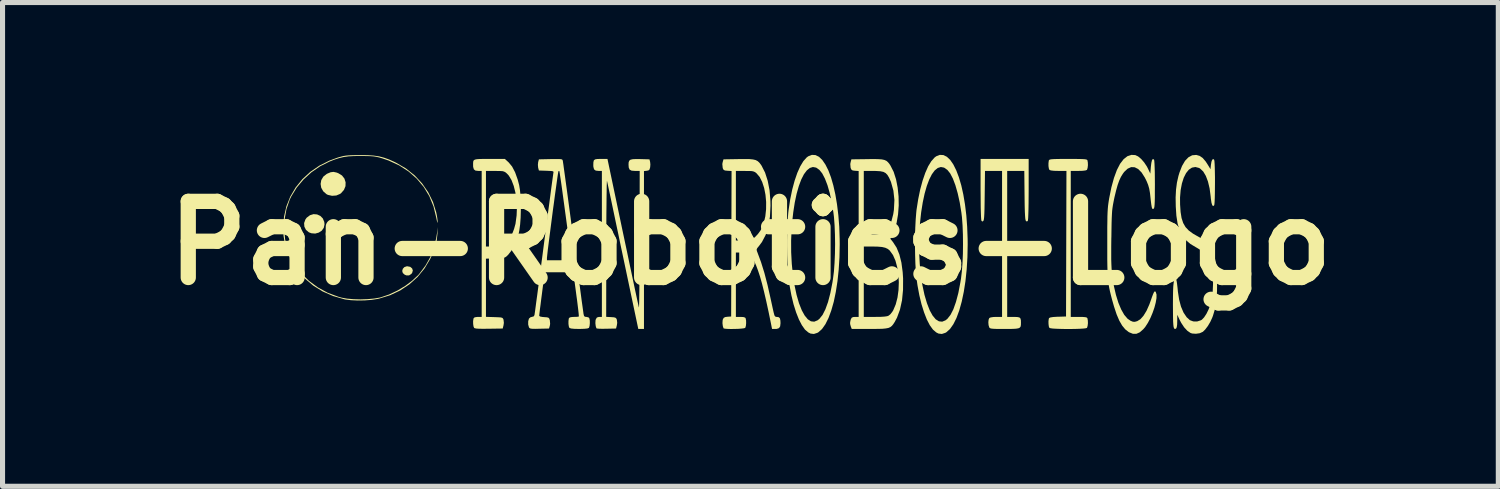
<source format=kicad_pcb>
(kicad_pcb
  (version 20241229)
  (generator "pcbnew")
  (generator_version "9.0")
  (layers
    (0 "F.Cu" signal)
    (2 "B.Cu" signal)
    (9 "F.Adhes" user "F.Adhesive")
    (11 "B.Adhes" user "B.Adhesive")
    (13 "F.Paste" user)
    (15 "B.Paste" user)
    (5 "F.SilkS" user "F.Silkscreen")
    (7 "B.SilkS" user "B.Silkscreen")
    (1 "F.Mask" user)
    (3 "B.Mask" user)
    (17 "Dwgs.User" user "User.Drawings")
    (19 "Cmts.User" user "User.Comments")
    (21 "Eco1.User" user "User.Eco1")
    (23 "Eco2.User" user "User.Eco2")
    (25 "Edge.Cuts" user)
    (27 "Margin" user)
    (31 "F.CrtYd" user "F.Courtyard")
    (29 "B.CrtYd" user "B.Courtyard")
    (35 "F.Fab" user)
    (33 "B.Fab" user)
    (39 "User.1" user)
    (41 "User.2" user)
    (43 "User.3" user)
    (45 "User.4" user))
  (footprint "Pan-Robotics-Logo"
    (layer "F.Cu")
    (at 11.729 1.737)
    (property "Reference" "Pan-Robotics-Logo" (at 0 0 0) (layer "F.SilkS") (effects (font (size 1.5 1.5) (thickness 0.3))))
    (attr board_only exclude_from_pos_files exclude_from_bom)
    (fp_poly (pts (xy -6.7 0.468) (xy -6.663 0.499) (xy -6.649 0.541) (xy -6.663 0.588) (xy -6.68 0.609) (xy -6.724 0.637) (xy -6.776 0.636) (xy -6.809 0.623) (xy -6.846 0.59) (xy -6.858 0.549) (xy -6.846 0.506) (xy -6.815 0.473) (xy -6.767 0.457) (xy -6.758 0.457)) (stroke (width 0) (type solid)) (fill yes) (layer "F.SilkS"))
    (fp_poly (pts (xy -8.534 -0.564) (xy -8.471 -0.535) (xy -8.422 -0.486) (xy -8.393 -0.417) (xy -8.388 -0.368) (xy -8.403 -0.3) (xy -8.443 -0.244) (xy -8.502 -0.206) (xy -8.572 -0.187) (xy -8.646 -0.193) (xy -8.696 -0.212) (xy -8.754 -0.261) (xy -8.785 -0.324) (xy -8.79 -0.394) (xy -8.765 -0.464) (xy -8.739 -0.5) (xy -8.674 -0.549) (xy -8.604 -0.57)) (stroke (width 0) (type solid)) (fill yes) (layer "F.SilkS"))
    (fp_poly (pts (xy -8.151 -1.389) (xy -8.117 -1.376) (xy -8.044 -1.331) (xy -7.996 -1.27) (xy -7.973 -1.197) (xy -7.975 -1.121) (xy -8.005 -1.048) (xy -8.061 -0.984) (xy -8.082 -0.968) (xy -8.156 -0.937) (xy -8.24 -0.931) (xy -8.321 -0.949) (xy -8.349 -0.963) (xy -8.414 -1.02) (xy -8.453 -1.09) (xy -8.465 -1.165) (xy -8.452 -1.24) (xy -8.412 -1.308) (xy -8.347 -1.36) (xy -8.334 -1.367) (xy -8.267 -1.395) (xy -8.211 -1.402)) (stroke (width 0) (type solid)) (fill yes) (layer "F.SilkS"))
    (fp_poly (pts (xy 6.379 -1.657) (xy 6.472 -1.656) (xy 6.539 -1.654) (xy 6.585 -1.651) (xy 6.614 -1.646) (xy 6.629 -1.639) (xy 6.636 -1.631) (xy 6.644 -1.588) (xy 6.646 -1.533) (xy 6.64 -1.482) (xy 6.629 -1.446) (xy 6.626 -1.441) (xy 6.597 -1.43) (xy 6.539 -1.423) (xy 6.457 -1.421) (xy 6.457 -1.421) (xy 6.308 -1.421) (xy 6.308 0.017) (xy 6.308 1.454) (xy 6.467 1.454) (xy 6.544 1.455) (xy 6.593 1.459) (xy 6.622 1.466) (xy 6.635 1.479) (xy 6.636 1.481) (xy 6.644 1.524) (xy 6.646 1.578) (xy 6.64 1.63) (xy 6.629 1.666) (xy 6.626 1.671) (xy 6.602 1.678) (xy 6.55 1.684) (xy 6.478 1.688) (xy 6.39 1.691) (xy 6.294 1.692) (xy 6.196 1.692) (xy 6.101 1.69) (xy 6.017 1.687) (xy 5.949 1.683) (xy 5.904 1.676) (xy 5.888 1.671) (xy 5.876 1.642) (xy 5.87 1.593) (xy 5.869 1.539) (xy 5.875 1.493) (xy 5.882 1.476) (xy 5.906 1.465) (xy 5.961 1.456) (xy 6.043 1.451) (xy 6.055 1.451) (xy 6.215 1.446) (xy 6.219 0.013) (xy 6.223 -1.421) (xy 6.066 -1.421) (xy 5.98 -1.423) (xy 5.919 -1.43) (xy 5.889 -1.44) (xy 5.888 -1.441) (xy 5.876 -1.47) (xy 5.869 -1.519) (xy 5.869 -1.574) (xy 5.875 -1.621) (xy 5.878 -1.631) (xy 5.885 -1.639) (xy 5.902 -1.646) (xy 5.931 -1.651) (xy 5.978 -1.654) (xy 6.047 -1.656) (xy 6.142 -1.657) (xy 6.257 -1.657)) (stroke (width 0) (type solid)) (fill yes) (layer "F.SilkS"))
    (fp_poly (pts (xy 5.479 -1.061) (xy 5.478 -0.912) (xy 5.477 -0.777) (xy 5.475 -0.66) (xy 5.472 -0.564) (xy 5.469 -0.493) (xy 5.465 -0.451) (xy 5.463 -0.44) (xy 5.445 -0.424) (xy 5.425 -0.436) (xy 5.418 -0.452) (xy 5.412 -0.485) (xy 5.408 -0.538) (xy 5.404 -0.614) (xy 5.401 -0.717) (xy 5.399 -0.849) (xy 5.398 -0.939) (xy 5.393 -1.421) (xy 5.224 -1.421) (xy 5.056 -1.421) (xy 5.056 0.017) (xy 5.056 1.454) (xy 5.181 1.454) (xy 5.252 1.456) (xy 5.295 1.464) (xy 5.317 1.484) (xy 5.326 1.521) (xy 5.327 1.567) (xy 5.326 1.61) (xy 5.321 1.642) (xy 5.306 1.664) (xy 5.278 1.678) (xy 5.232 1.686) (xy 5.163 1.69) (xy 5.068 1.691) (xy 5.006 1.691) (xy 4.9 1.691) (xy 4.824 1.69) (xy 4.772 1.687) (xy 4.738 1.683) (xy 4.718 1.676) (xy 4.706 1.666) (xy 4.702 1.658) (xy 4.689 1.615) (xy 4.685 1.56) (xy 4.69 1.509) (xy 4.704 1.476) (xy 4.705 1.475) (xy 4.732 1.464) (xy 4.785 1.456) (xy 4.84 1.454) (xy 4.955 1.454) (xy 4.955 0.017) (xy 4.955 -1.421) (xy 4.787 -1.421) (xy 4.619 -1.421) (xy 4.613 -0.939) (xy 4.611 -0.789) (xy 4.609 -0.67) (xy 4.606 -0.579) (xy 4.602 -0.512) (xy 4.597 -0.468) (xy 4.59 -0.443) (xy 4.586 -0.436) (xy 4.565 -0.424) (xy 4.549 -0.44) (xy 4.545 -0.463) (xy 4.541 -0.516) (xy 4.538 -0.596) (xy 4.535 -0.7) (xy 4.534 -0.824) (xy 4.533 -0.964) (xy 4.532 -1.061) (xy 4.532 -1.657) (xy 5.006 -1.657) (xy 5.479 -1.657)) (stroke (width 0) (type solid)) (fill yes) (layer "F.SilkS"))
    (fp_poly (pts (xy -5.139 -1.657) (xy -4.836 -1.657) (xy -4.761 -1.588) (xy -4.694 -1.507) (xy -4.635 -1.394) (xy -4.584 -1.251) (xy -4.555 -1.141) (xy -4.539 -1.044) (xy -4.528 -0.923) (xy -4.522 -0.785) (xy -4.522 -0.641) (xy -4.526 -0.498) (xy -4.536 -0.366) (xy -4.551 -0.254) (xy -4.562 -0.197) (xy -4.601 -0.07) (xy -4.652 0.048) (xy -4.709 0.151) (xy -4.77 0.229) (xy -4.779 0.238) (xy -4.806 0.264) (xy -4.83 0.28) (xy -4.859 0.291) (xy -4.9 0.296) (xy -4.962 0.3) (xy -5.023 0.302) (xy -5.209 0.307) (xy -5.209 0.88) (xy -5.209 1.453) (xy -5.044 1.458) (xy -4.968 1.461) (xy -4.92 1.464) (xy -4.891 1.471) (xy -4.875 1.483) (xy -4.866 1.501) (xy -4.863 1.509) (xy -4.856 1.571) (xy -4.863 1.619) (xy -4.879 1.683) (xy -5.15 1.687) (xy -5.263 1.688) (xy -5.346 1.687) (xy -5.402 1.683) (xy -5.433 1.676) (xy -5.441 1.671) (xy -5.454 1.642) (xy -5.461 1.592) (xy -5.462 1.537) (xy -5.455 1.49) (xy -5.452 1.481) (xy -5.431 1.462) (xy -5.383 1.455) (xy -5.367 1.454) (xy -5.293 1.454) (xy -5.293 0.017) (xy -5.293 -1.421) (xy -5.209 -1.421) (xy -5.209 -0.676) (xy -5.209 0.068) (xy -5.05 0.068) (xy -4.972 0.067) (xy -4.918 0.062) (xy -4.879 0.053) (xy -4.847 0.037) (xy -4.835 0.029) (xy -4.787 -0.017) (xy -4.739 -0.089) (xy -4.693 -0.179) (xy -4.655 -0.279) (xy -4.627 -0.38) (xy -4.625 -0.395) (xy -4.605 -0.545) (xy -4.599 -0.699) (xy -4.608 -0.851) (xy -4.629 -0.995) (xy -4.662 -1.126) (xy -4.705 -1.239) (xy -4.759 -1.329) (xy -4.797 -1.37) (xy -4.824 -1.393) (xy -4.85 -1.407) (xy -4.881 -1.416) (xy -4.926 -1.419) (xy -4.994 -1.42) (xy -5.032 -1.421) (xy -5.209 -1.421) (xy -5.293 -1.421) (xy -5.357 -1.421) (xy -5.415 -1.427) (xy -5.447 -1.452) (xy -5.461 -1.5) (xy -5.462 -1.532) (xy -5.462 -1.576) (xy -5.459 -1.608) (xy -5.449 -1.63) (xy -5.426 -1.644) (xy -5.387 -1.652) (xy -5.328 -1.656) (xy -5.243 -1.657)) (stroke (width 0) (type solid)) (fill yes) (layer "F.SilkS"))
    (fp_poly (pts (xy 1.281 -1.733) (xy 1.35 -1.699) (xy 1.415 -1.636) (xy 1.476 -1.547) (xy 1.534 -1.432) (xy 1.586 -1.295) (xy 1.632 -1.136) (xy 1.672 -0.957) (xy 1.705 -0.761) (xy 1.731 -0.548) (xy 1.749 -0.321) (xy 1.757 -0.081) (xy 1.758 0.025) (xy 1.753 0.279) (xy 1.738 0.522) (xy 1.714 0.75) (xy 1.681 0.962) (xy 1.641 1.155) (xy 1.592 1.327) (xy 1.537 1.476) (xy 1.476 1.598) (xy 1.409 1.693) (xy 1.337 1.757) (xy 1.317 1.768) (xy 1.249 1.79) (xy 1.183 1.782) (xy 1.138 1.759) (xy 1.074 1.704) (xy 1.013 1.618) (xy 0.954 1.504) (xy 0.899 1.365) (xy 0.849 1.206) (xy 0.806 1.028) (xy 0.77 0.835) (xy 0.75 0.686) (xy 0.737 0.556) (xy 0.728 0.402) (xy 0.723 0.231) (xy 0.721 0.051) (xy 0.721 -0.05) (xy 0.801 -0.05) (xy 0.802 0.182) (xy 0.814 0.409) (xy 0.836 0.627) (xy 0.868 0.832) (xy 0.908 1.019) (xy 0.956 1.185) (xy 1.012 1.326) (xy 1.068 1.427) (xy 1.129 1.501) (xy 1.192 1.541) (xy 1.256 1.548) (xy 1.322 1.521) (xy 1.358 1.492) (xy 1.42 1.415) (xy 1.476 1.304) (xy 1.528 1.16) (xy 1.574 0.983) (xy 1.615 0.774) (xy 1.626 0.702) (xy 1.644 0.559) (xy 1.656 0.392) (xy 1.664 0.209) (xy 1.667 0.019) (xy 1.664 -0.17) (xy 1.657 -0.349) (xy 1.645 -0.51) (xy 1.634 -0.6) (xy 1.601 -0.802) (xy 1.562 -0.982) (xy 1.517 -1.139) (xy 1.467 -1.269) (xy 1.414 -1.371) (xy 1.358 -1.441) (xy 1.294 -1.486) (xy 1.23 -1.498) (xy 1.169 -1.479) (xy 1.11 -1.431) (xy 1.053 -1.355) (xy 1.001 -1.253) (xy 0.953 -1.125) (xy 0.91 -0.974) (xy 0.873 -0.801) (xy 0.843 -0.607) (xy 0.819 -0.394) (xy 0.811 -0.283) (xy 0.801 -0.05) (xy 0.721 -0.05) (xy 0.722 -0.129) (xy 0.726 -0.303) (xy 0.734 -0.462) (xy 0.745 -0.599) (xy 0.751 -0.65) (xy 0.783 -0.861) (xy 0.823 -1.055) (xy 0.87 -1.229) (xy 0.923 -1.383) (xy 0.981 -1.512) (xy 1.042 -1.613) (xy 1.106 -1.685) (xy 1.138 -1.709) (xy 1.211 -1.737)) (stroke (width 0) (type solid)) (fill yes) (layer "F.SilkS"))
    (fp_poly (pts (xy 3.801 -1.733) (xy 3.869 -1.699) (xy 3.935 -1.636) (xy 3.996 -1.547) (xy 4.053 -1.432) (xy 4.105 -1.295) (xy 4.152 -1.136) (xy 4.192 -0.957) (xy 4.225 -0.761) (xy 4.251 -0.548) (xy 4.268 -0.321) (xy 4.277 -0.081) (xy 4.278 0.025) (xy 4.273 0.279) (xy 4.258 0.522) (xy 4.234 0.75) (xy 4.201 0.962) (xy 4.16 1.155) (xy 4.112 1.327) (xy 4.057 1.476) (xy 3.996 1.598) (xy 3.929 1.693) (xy 3.857 1.757) (xy 3.837 1.768) (xy 3.769 1.79) (xy 3.703 1.782) (xy 3.658 1.759) (xy 3.594 1.704) (xy 3.532 1.618) (xy 3.473 1.504) (xy 3.419 1.365) (xy 3.369 1.206) (xy 3.326 1.028) (xy 3.29 0.835) (xy 3.269 0.686) (xy 3.257 0.556) (xy 3.248 0.402) (xy 3.243 0.231) (xy 3.24 0.051) (xy 3.241 -0.05) (xy 3.321 -0.05) (xy 3.322 0.182) (xy 3.334 0.409) (xy 3.356 0.627) (xy 3.387 0.832) (xy 3.427 1.019) (xy 3.476 1.185) (xy 3.531 1.326) (xy 3.587 1.427) (xy 3.648 1.501) (xy 3.712 1.541) (xy 3.776 1.548) (xy 3.842 1.521) (xy 3.878 1.492) (xy 3.939 1.415) (xy 3.996 1.304) (xy 4.047 1.16) (xy 4.094 0.983) (xy 4.134 0.774) (xy 4.146 0.702) (xy 4.163 0.559) (xy 4.176 0.392) (xy 4.184 0.209) (xy 4.186 0.019) (xy 4.184 -0.17) (xy 4.177 -0.349) (xy 4.165 -0.51) (xy 4.154 -0.6) (xy 4.121 -0.802) (xy 4.081 -0.982) (xy 4.036 -1.139) (xy 3.987 -1.269) (xy 3.934 -1.371) (xy 3.878 -1.441) (xy 3.813 -1.486) (xy 3.75 -1.498) (xy 3.689 -1.479) (xy 3.629 -1.431) (xy 3.573 -1.355) (xy 3.521 -1.253) (xy 3.473 -1.125) (xy 3.43 -0.974) (xy 3.393 -0.801) (xy 3.362 -0.607) (xy 3.339 -0.394) (xy 3.33 -0.283) (xy 3.321 -0.05) (xy 3.241 -0.05) (xy 3.241 -0.129) (xy 3.246 -0.303) (xy 3.254 -0.462) (xy 3.265 -0.599) (xy 3.27 -0.65) (xy 3.303 -0.861) (xy 3.343 -1.055) (xy 3.39 -1.229) (xy 3.443 -1.383) (xy 3.5 -1.512) (xy 3.562 -1.613) (xy 3.626 -1.685) (xy 3.658 -1.709) (xy 3.73 -1.737)) (stroke (width 0) (type solid)) (fill yes) (layer "F.SilkS"))
    (fp_poly (pts (xy -2.816 -1.657) (xy -2.513 -0.216) (xy -2.467 0.001) (xy -2.423 0.208) (xy -2.382 0.405) (xy -2.343 0.587) (xy -2.308 0.753) (xy -2.277 0.9) (xy -2.25 1.026) (xy -2.228 1.129) (xy -2.211 1.205) (xy -2.201 1.252) (xy -2.197 1.268) (xy -2.195 1.258) (xy -2.193 1.217) (xy -2.191 1.147) (xy -2.19 1.05) (xy -2.188 0.929) (xy -2.187 0.786) (xy -2.185 0.624) (xy -2.184 0.445) (xy -2.184 0.252) (xy -2.183 0.047) (xy -2.183 -0.055) (xy -2.181 -1.421) (xy -2.274 -1.421) (xy -2.34 -1.426) (xy -2.379 -1.446) (xy -2.397 -1.487) (xy -2.401 -1.543) (xy -2.399 -1.59) (xy -2.387 -1.622) (xy -2.362 -1.642) (xy -2.317 -1.652) (xy -2.248 -1.655) (xy -2.174 -1.654) (xy -1.989 -1.649) (xy -1.976 -1.6) (xy -1.971 -1.549) (xy -1.975 -1.492) (xy -1.976 -1.49) (xy -1.988 -1.448) (xy -2.01 -1.43) (xy -2.043 -1.424) (xy -2.097 -1.418) (xy -2.097 0.136) (xy -2.097 1.691) (xy -2.153 1.691) (xy -2.209 1.691) (xy -2.511 0.258) (xy -2.557 0.042) (xy -2.6 -0.165) (xy -2.642 -0.362) (xy -2.68 -0.544) (xy -2.715 -0.71) (xy -2.746 -0.858) (xy -2.773 -0.984) (xy -2.795 -1.086) (xy -2.811 -1.163) (xy -2.822 -1.21) (xy -2.825 -1.226) (xy -2.827 -1.218) (xy -2.829 -1.178) (xy -2.831 -1.109) (xy -2.832 -1.013) (xy -2.834 -0.893) (xy -2.835 -0.751) (xy -2.837 -0.59) (xy -2.838 -0.412) (xy -2.839 -0.219) (xy -2.839 -0.014) (xy -2.839 0.088) (xy -2.841 1.453) (xy -2.744 1.458) (xy -2.688 1.462) (xy -2.657 1.471) (xy -2.64 1.488) (xy -2.631 1.509) (xy -2.624 1.571) (xy -2.631 1.619) (xy -2.647 1.683) (xy -2.835 1.687) (xy -2.912 1.688) (xy -2.975 1.687) (xy -3.018 1.683) (xy -3.033 1.679) (xy -3.047 1.636) (xy -3.054 1.577) (xy -3.051 1.522) (xy -3.045 1.501) (xy -3.024 1.466) (xy -2.987 1.455) (xy -2.977 1.454) (xy -2.926 1.454) (xy -2.926 0.017) (xy -2.926 -1.421) (xy -2.99 -1.421) (xy -3.047 -1.427) (xy -3.08 -1.452) (xy -3.093 -1.5) (xy -3.095 -1.532) (xy -3.093 -1.592) (xy -3.084 -1.629) (xy -3.06 -1.648) (xy -3.016 -1.656) (xy -2.945 -1.657)) (stroke (width 0) (type solid)) (fill yes) (layer "F.SilkS"))
    (fp_poly (pts (xy 2.514 -1.653) (xy 2.586 -1.648) (xy 2.638 -1.637) (xy 2.678 -1.619) (xy 2.709 -1.592) (xy 2.738 -1.556) (xy 2.758 -1.525) (xy 2.82 -1.403) (xy 2.867 -1.256) (xy 2.899 -1.092) (xy 2.917 -0.918) (xy 2.92 -0.741) (xy 2.907 -0.566) (xy 2.879 -0.401) (xy 2.835 -0.252) (xy 2.799 -0.17) (xy 2.755 -0.084) (xy 2.806 -0.021) (xy 2.878 0.09) (xy 2.933 0.225) (xy 2.973 0.385) (xy 2.998 0.573) (xy 3.006 0.698) (xy 3.005 0.921) (xy 2.985 1.126) (xy 2.945 1.309) (xy 2.886 1.469) (xy 2.84 1.555) (xy 2.812 1.598) (xy 2.786 1.63) (xy 2.756 1.654) (xy 2.718 1.671) (xy 2.666 1.681) (xy 2.597 1.688) (xy 2.504 1.69) (xy 2.384 1.691) (xy 2.343 1.691) (xy 1.995 1.691) (xy 1.978 1.648) (xy 1.965 1.603) (xy 1.962 1.573) (xy 1.968 1.533) (xy 1.978 1.498) (xy 1.995 1.469) (xy 2.023 1.457) (xy 2.063 1.454) (xy 2.131 1.454) (xy 2.131 0.068) (xy 2.232 0.068) (xy 2.232 0.761) (xy 2.232 1.454) (xy 2.453 1.454) (xy 2.561 1.453) (xy 2.64 1.448) (xy 2.693 1.44) (xy 2.72 1.43) (xy 2.755 1.402) (xy 2.792 1.355) (xy 2.811 1.325) (xy 2.861 1.207) (xy 2.896 1.072) (xy 2.916 0.925) (xy 2.922 0.774) (xy 2.914 0.623) (xy 2.891 0.479) (xy 2.856 0.348) (xy 2.807 0.236) (xy 2.745 0.15) (xy 2.744 0.148) (xy 2.704 0.115) (xy 2.655 0.092) (xy 2.59 0.077) (xy 2.504 0.07) (xy 2.406 0.068) (xy 2.232 0.068) (xy 2.131 0.068) (xy 2.131 0.018) (xy 2.131 -1.419) (xy 2.104 -1.421) (xy 2.232 -1.421) (xy 2.232 -0.795) (xy 2.232 -0.169) (xy 2.385 -0.169) (xy 2.471 -0.172) (xy 2.543 -0.18) (xy 2.592 -0.192) (xy 2.593 -0.192) (xy 2.666 -0.241) (xy 2.728 -0.321) (xy 2.776 -0.43) (xy 2.812 -0.569) (xy 2.825 -0.654) (xy 2.835 -0.849) (xy 2.815 -1.033) (xy 2.767 -1.205) (xy 2.73 -1.288) (xy 2.698 -1.341) (xy 2.663 -1.378) (xy 2.618 -1.402) (xy 2.555 -1.415) (xy 2.468 -1.42) (xy 2.411 -1.421) (xy 2.232 -1.421) (xy 2.104 -1.421) (xy 2.059 -1.424) (xy 2.013 -1.43) (xy 1.989 -1.445) (xy 1.974 -1.477) (xy 1.972 -1.484) (xy 1.966 -1.557) (xy 1.973 -1.594) (xy 1.988 -1.649) (xy 2.296 -1.653) (xy 2.42 -1.655)) (stroke (width 0) (type solid)) (fill yes) (layer "F.SilkS"))
    (fp_poly (pts (xy -7.54 -1.731) (xy -7.42 -1.723) (xy -7.315 -1.708) (xy -7.217 -1.682) (xy -7.116 -1.646) (xy -7.005 -1.596) (xy -6.976 -1.581) (xy -6.784 -1.469) (xy -6.613 -1.333) (xy -6.467 -1.176) (xy -6.346 -1.001) (xy -6.252 -0.81) (xy -6.189 -0.607) (xy -6.178 -0.556) (xy -6.167 -0.49) (xy -6.161 -0.437) (xy -6.16 -0.405) (xy -6.16 -0.401) (xy -6.166 -0.406) (xy -6.175 -0.438) (xy -6.186 -0.491) (xy -6.189 -0.506) (xy -6.242 -0.722) (xy -6.324 -0.922) (xy -6.434 -1.104) (xy -6.571 -1.267) (xy -6.732 -1.409) (xy -6.917 -1.529) (xy -7.125 -1.625) (xy -7.25 -1.668) (xy -7.311 -1.686) (xy -7.365 -1.698) (xy -7.42 -1.707) (xy -7.485 -1.712) (xy -7.567 -1.714) (xy -7.669 -1.715) (xy -7.803 -1.714) (xy -7.913 -1.708) (xy -8.008 -1.695) (xy -8.098 -1.674) (xy -8.192 -1.644) (xy -8.29 -1.605) (xy -8.475 -1.512) (xy -8.647 -1.393) (xy -8.802 -1.251) (xy -8.935 -1.093) (xy -9.041 -0.921) (xy -9.074 -0.853) (xy -9.137 -0.671) (xy -9.173 -0.475) (xy -9.182 -0.273) (xy -9.164 -0.072) (xy -9.119 0.121) (xy -9.072 0.245) (xy -8.973 0.429) (xy -8.845 0.596) (xy -8.693 0.745) (xy -8.519 0.873) (xy -8.326 0.978) (xy -8.118 1.056) (xy -8.05 1.075) (xy -7.945 1.094) (xy -7.818 1.105) (xy -7.679 1.109) (xy -7.539 1.104) (xy -7.409 1.092) (xy -7.298 1.073) (xy -7.28 1.068) (xy -7.118 1.013) (xy -6.956 0.937) (xy -6.8 0.844) (xy -6.66 0.739) (xy -6.543 0.629) (xy -6.517 0.599) (xy -6.398 0.44) (xy -6.306 0.277) (xy -6.238 0.103) (xy -6.19 -0.09) (xy -6.173 -0.194) (xy -6.157 -0.313) (xy -6.164 -0.186) (xy -6.177 -0.061) (xy -6.203 0.055) (xy -6.244 0.174) (xy -6.304 0.307) (xy -6.307 0.313) (xy -6.419 0.501) (xy -6.557 0.669) (xy -6.717 0.813) (xy -6.899 0.934) (xy -7.098 1.028) (xy -7.314 1.094) (xy -7.348 1.101) (xy -7.465 1.119) (xy -7.598 1.129) (xy -7.736 1.131) (xy -7.866 1.125) (xy -7.978 1.111) (xy -7.997 1.107) (xy -8.219 1.043) (xy -8.424 0.953) (xy -8.611 0.837) (xy -8.776 0.698) (xy -8.918 0.538) (xy -9.034 0.358) (xy -9.057 0.313) (xy -9.126 0.157) (xy -9.17 0.009) (xy -9.195 -0.142) (xy -9.202 -0.304) (xy -9.186 -0.519) (xy -9.139 -0.724) (xy -9.062 -0.917) (xy -8.957 -1.096) (xy -8.825 -1.258) (xy -8.669 -1.402) (xy -8.49 -1.525) (xy -8.29 -1.625) (xy -8.125 -1.685) (xy -8.065 -1.702) (xy -8.014 -1.715) (xy -7.962 -1.723) (xy -7.902 -1.728) (xy -7.827 -1.731) (xy -7.728 -1.732) (xy -7.686 -1.732)) (stroke (width 0) (type solid)) (fill yes) (layer "F.SilkS"))
    (fp_poly (pts (xy -0.02 -1.654) (xy 0.05 -1.647) (xy 0.102 -1.635) (xy 0.142 -1.614) (xy 0.174 -1.585) (xy 0.205 -1.545) (xy 0.219 -1.524) (xy 0.288 -1.388) (xy 0.34 -1.226) (xy 0.376 -1.041) (xy 0.393 -0.835) (xy 0.395 -0.736) (xy 0.384 -0.52) (xy 0.352 -0.328) (xy 0.3 -0.161) (xy 0.226 -0.02) (xy 0.166 0.06) (xy 0.134 0.099) (xy 0.122 0.126) (xy 0.126 0.155) (xy 0.134 0.175) (xy 0.208 0.374) (xy 0.275 0.589) (xy 0.337 0.828) (xy 0.362 0.939) (xy 0.387 1.049) (xy 0.41 1.154) (xy 0.43 1.246) (xy 0.446 1.319) (xy 0.457 1.367) (xy 0.459 1.374) (xy 0.472 1.423) (xy 0.487 1.446) (xy 0.511 1.454) (xy 0.524 1.454) (xy 0.56 1.461) (xy 0.581 1.484) (xy 0.59 1.529) (xy 0.592 1.579) (xy 0.585 1.64) (xy 0.562 1.675) (xy 0.518 1.69) (xy 0.488 1.691) (xy 0.425 1.691) (xy 0.406 1.594) (xy 0.356 1.351) (xy 0.31 1.139) (xy 0.267 0.955) (xy 0.227 0.796) (xy 0.188 0.659) (xy 0.149 0.541) (xy 0.111 0.439) (xy 0.071 0.351) (xy 0.04 0.292) (xy -0.019 0.186) (xy -0.153 0.186) (xy -0.287 0.186) (xy -0.287 0.82) (xy -0.287 1.454) (xy -0.196 1.454) (xy -0.137 1.457) (xy -0.105 1.468) (xy -0.095 1.481) (xy -0.086 1.524) (xy -0.085 1.578) (xy -0.09 1.63) (xy -0.101 1.666) (xy -0.105 1.671) (xy -0.128 1.678) (xy -0.176 1.684) (xy -0.241 1.689) (xy -0.314 1.691) (xy -0.388 1.692) (xy -0.454 1.69) (xy -0.503 1.686) (xy -0.529 1.68) (xy -0.53 1.678) (xy -0.544 1.636) (xy -0.551 1.578) (xy -0.548 1.523) (xy -0.543 1.502) (xy -0.526 1.472) (xy -0.497 1.457) (xy -0.453 1.451) (xy -0.38 1.446) (xy -0.376 0.014) (xy -0.372 -1.419) (xy -0.401 -1.421) (xy -0.287 -1.421) (xy -0.287 -0.736) (xy -0.287 -0.051) (xy -0.151 -0.051) (xy -0.062 -0.055) (xy 0.005 -0.065) (xy 0.032 -0.075) (xy 0.087 -0.115) (xy 0.146 -0.177) (xy 0.198 -0.248) (xy 0.218 -0.285) (xy 0.263 -0.398) (xy 0.293 -0.528) (xy 0.308 -0.667) (xy 0.309 -0.81) (xy 0.296 -0.951) (xy 0.27 -1.084) (xy 0.231 -1.203) (xy 0.181 -1.302) (xy 0.119 -1.375) (xy 0.116 -1.377) (xy 0.091 -1.397) (xy 0.064 -1.409) (xy 0.03 -1.417) (xy -0.022 -1.42) (xy -0.099 -1.42) (xy -0.111 -1.421) (xy -0.287 -1.421) (xy -0.401 -1.421) (xy -0.452 -1.424) (xy -0.501 -1.429) (xy -0.527 -1.441) (xy -0.542 -1.466) (xy -0.547 -1.484) (xy -0.554 -1.557) (xy -0.547 -1.594) (xy -0.531 -1.649) (xy -0.236 -1.654) (xy -0.114 -1.655)) (stroke (width 0) (type solid)) (fill yes) (layer "F.SilkS"))
    (fp_poly (pts (xy 7.578 -1.733) (xy 7.634 -1.707) (xy 7.694 -1.657) (xy 7.754 -1.588) (xy 7.807 -1.508) (xy 7.825 -1.473) (xy 7.875 -1.368) (xy 7.885 -1.498) (xy 7.895 -1.58) (xy 7.908 -1.633) (xy 7.925 -1.656) (xy 7.944 -1.646) (xy 7.949 -1.64) (xy 7.953 -1.617) (xy 7.957 -1.564) (xy 7.96 -1.486) (xy 7.963 -1.388) (xy 7.964 -1.273) (xy 7.965 -1.156) (xy 7.964 -1.014) (xy 7.964 -0.903) (xy 7.962 -0.818) (xy 7.959 -0.757) (xy 7.955 -0.715) (xy 7.949 -0.69) (xy 7.942 -0.678) (xy 7.942 -0.678) (xy 7.926 -0.67) (xy 7.913 -0.678) (xy 7.903 -0.706) (xy 7.894 -0.758) (xy 7.884 -0.838) (xy 7.88 -0.878) (xy 7.868 -0.986) (xy 7.853 -1.072) (xy 7.832 -1.145) (xy 7.803 -1.217) (xy 7.766 -1.291) (xy 7.703 -1.39) (xy 7.636 -1.458) (xy 7.567 -1.493) (xy 7.497 -1.496) (xy 7.428 -1.465) (xy 7.36 -1.401) (xy 7.333 -1.364) (xy 7.295 -1.302) (xy 7.262 -1.23) (xy 7.231 -1.143) (xy 7.201 -1.036) (xy 7.169 -0.903) (xy 7.16 -0.861) (xy 7.148 -0.8) (xy 7.138 -0.746) (xy 7.13 -0.693) (xy 7.123 -0.636) (xy 7.119 -0.57) (xy 7.115 -0.49) (xy 7.112 -0.392) (xy 7.11 -0.27) (xy 7.108 -0.12) (xy 7.107 -0.101) (xy 7.105 0.067) (xy 7.105 0.207) (xy 7.105 0.323) (xy 7.108 0.419) (xy 7.112 0.502) (xy 7.117 0.575) (xy 7.125 0.644) (xy 7.126 0.651) (xy 7.157 0.845) (xy 7.198 1.021) (xy 7.246 1.176) (xy 7.301 1.307) (xy 7.361 1.413) (xy 7.427 1.49) (xy 7.487 1.531) (xy 7.532 1.549) (xy 7.568 1.551) (xy 7.616 1.538) (xy 7.618 1.537) (xy 7.68 1.499) (xy 7.741 1.43) (xy 7.801 1.332) (xy 7.856 1.208) (xy 7.877 1.15) (xy 7.908 1.061) (xy 7.931 1.001) (xy 7.948 0.965) (xy 7.962 0.951) (xy 7.974 0.954) (xy 7.982 0.964) (xy 7.997 1.013) (xy 7.996 1.085) (xy 7.981 1.173) (xy 7.955 1.272) (xy 7.919 1.375) (xy 7.876 1.477) (xy 7.827 1.571) (xy 7.775 1.651) (xy 7.737 1.696) (xy 7.666 1.758) (xy 7.6 1.787) (xy 7.533 1.787) (xy 7.46 1.758) (xy 7.447 1.751) (xy 7.381 1.699) (xy 7.32 1.625) (xy 7.264 1.528) (xy 7.211 1.404) (xy 7.16 1.25) (xy 7.121 1.113) (xy 7.098 1.024) (xy 7.079 0.946) (xy 7.064 0.874) (xy 7.052 0.804) (xy 7.043 0.731) (xy 7.036 0.651) (xy 7.032 0.559) (xy 7.029 0.45) (xy 7.027 0.321) (xy 7.027 0.167) (xy 7.027 0) (xy 7.027 -0.172) (xy 7.027 -0.314) (xy 7.029 -0.431) (xy 7.03 -0.526) (xy 7.033 -0.605) (xy 7.037 -0.671) (xy 7.042 -0.729) (xy 7.049 -0.783) (xy 7.057 -0.836) (xy 7.064 -0.879) (xy 7.108 -1.097) (xy 7.159 -1.283) (xy 7.216 -1.438) (xy 7.279 -1.561) (xy 7.349 -1.652) (xy 7.424 -1.711) (xy 7.504 -1.737)) (stroke (width 0) (type solid)) (fill yes) (layer "F.SilkS"))
    (fp_poly (pts (xy 8.78 -1.736) (xy 8.846 -1.717) (xy 8.906 -1.676) (xy 8.965 -1.607) (xy 8.999 -1.555) (xy 9.06 -1.455) (xy 9.068 -1.54) (xy 9.079 -1.603) (xy 9.095 -1.643) (xy 9.114 -1.655) (xy 9.132 -1.64) (xy 9.137 -1.616) (xy 9.141 -1.563) (xy 9.144 -1.489) (xy 9.146 -1.397) (xy 9.148 -1.294) (xy 9.148 -1.186) (xy 9.147 -1.079) (xy 9.146 -0.977) (xy 9.144 -0.887) (xy 9.141 -0.814) (xy 9.137 -0.764) (xy 9.132 -0.744) (xy 9.112 -0.728) (xy 9.095 -0.744) (xy 9.079 -0.794) (xy 9.067 -0.875) (xy 9.062 -0.927) (xy 9.042 -1.078) (xy 9.01 -1.212) (xy 8.968 -1.323) (xy 8.917 -1.409) (xy 8.857 -1.466) (xy 8.836 -1.479) (xy 8.763 -1.498) (xy 8.695 -1.486) (xy 8.633 -1.445) (xy 8.579 -1.378) (xy 8.533 -1.287) (xy 8.497 -1.174) (xy 8.472 -1.043) (xy 8.46 -0.896) (xy 8.461 -0.761) (xy 8.471 -0.613) (xy 8.49 -0.493) (xy 8.522 -0.395) (xy 8.568 -0.315) (xy 8.632 -0.247) (xy 8.715 -0.186) (xy 8.774 -0.152) (xy 8.871 -0.097) (xy 8.943 -0.049) (xy 8.996 -0.003) (xy 9.038 0.048) (xy 9.073 0.108) (xy 9.08 0.122) (xy 9.118 0.208) (xy 9.146 0.295) (xy 9.167 0.391) (xy 9.18 0.501) (xy 9.187 0.632) (xy 9.19 0.786) (xy 9.188 0.953) (xy 9.179 1.093) (xy 9.164 1.215) (xy 9.14 1.326) (xy 9.108 1.432) (xy 9.096 1.464) (xy 9.057 1.55) (xy 9.008 1.633) (xy 8.955 1.703) (xy 8.91 1.747) (xy 8.849 1.775) (xy 8.773 1.786) (xy 8.699 1.781) (xy 8.666 1.77) (xy 8.604 1.727) (xy 8.541 1.659) (xy 8.483 1.571) (xy 8.453 1.514) (xy 8.406 1.412) (xy 8.405 1.525) (xy 8.403 1.605) (xy 8.395 1.657) (xy 8.382 1.684) (xy 8.363 1.691) (xy 8.35 1.688) (xy 8.341 1.675) (xy 8.333 1.649) (xy 8.328 1.607) (xy 8.324 1.546) (xy 8.322 1.46) (xy 8.321 1.349) (xy 8.32 1.206) (xy 8.32 1.206) (xy 8.321 1.057) (xy 8.323 0.939) (xy 8.327 0.85) (xy 8.334 0.785) (xy 8.343 0.742) (xy 8.355 0.718) (xy 8.369 0.71) (xy 8.37 0.71) (xy 8.38 0.714) (xy 8.388 0.728) (xy 8.395 0.758) (xy 8.402 0.808) (xy 8.411 0.883) (xy 8.418 0.956) (xy 8.442 1.113) (xy 8.479 1.252) (xy 8.529 1.369) (xy 8.59 1.46) (xy 8.654 1.518) (xy 8.721 1.543) (xy 8.797 1.544) (xy 8.869 1.521) (xy 8.89 1.509) (xy 8.934 1.463) (xy 8.98 1.393) (xy 9.023 1.305) (xy 9.059 1.207) (xy 9.073 1.158) (xy 9.092 1.058) (xy 9.104 0.936) (xy 9.11 0.806) (xy 9.108 0.678) (xy 9.098 0.566) (xy 9.093 0.533) (xy 9.063 0.404) (xy 9.022 0.302) (xy 8.966 0.22) (xy 8.889 0.152) (xy 8.788 0.091) (xy 8.775 0.084) (xy 8.665 0.018) (xy 8.575 -0.058) (xy 8.504 -0.147) (xy 8.45 -0.255) (xy 8.412 -0.384) (xy 8.388 -0.538) (xy 8.376 -0.72) (xy 8.376 -0.721) (xy 8.373 -0.898) (xy 8.381 -1.052) (xy 8.399 -1.191) (xy 8.429 -1.323) (xy 8.449 -1.389) (xy 8.499 -1.518) (xy 8.558 -1.619) (xy 8.625 -1.689) (xy 8.699 -1.729) (xy 8.779 -1.736)) (stroke (width 0) (type solid)) (fill yes) (layer "F.SilkS"))
    (fp_poly (pts (xy -3.738 -1.653) (xy -3.714 -1.648) (xy -3.702 -1.639) (xy -3.697 -1.625) (xy -3.695 -1.62) (xy -3.692 -1.597) (xy -3.684 -1.544) (xy -3.673 -1.462) (xy -3.658 -1.355) (xy -3.64 -1.223) (xy -3.619 -1.071) (xy -3.596 -0.9) (xy -3.571 -0.713) (xy -3.544 -0.512) (xy -3.516 -0.3) (xy -3.492 -0.127) (xy -3.463 0.093) (xy -3.435 0.303) (xy -3.408 0.503) (xy -3.383 0.689) (xy -3.36 0.858) (xy -3.34 1.009) (xy -3.323 1.139) (xy -3.308 1.244) (xy -3.297 1.324) (xy -3.29 1.374) (xy -3.288 1.391) (xy -3.278 1.433) (xy -3.261 1.451) (xy -3.23 1.454) (xy -3.19 1.463) (xy -3.173 1.481) (xy -3.164 1.524) (xy -3.163 1.578) (xy -3.168 1.63) (xy -3.179 1.666) (xy -3.183 1.671) (xy -3.212 1.682) (xy -3.272 1.688) (xy -3.361 1.691) (xy -3.374 1.691) (xy -3.466 1.689) (xy -3.53 1.683) (xy -3.563 1.672) (xy -3.565 1.671) (xy -3.577 1.641) (xy -3.584 1.592) (xy -3.584 1.537) (xy -3.578 1.49) (xy -3.575 1.481) (xy -3.557 1.464) (xy -3.517 1.456) (xy -3.476 1.454) (xy -3.425 1.453) (xy -3.389 1.449) (xy -3.38 1.446) (xy -3.38 1.428) (xy -3.384 1.381) (xy -3.392 1.309) (xy -3.403 1.219) (xy -3.416 1.114) (xy -3.427 1.036) (xy -3.442 0.922) (xy -3.456 0.818) (xy -3.468 0.729) (xy -3.477 0.66) (xy -3.482 0.617) (xy -3.483 0.605) (xy -3.486 0.594) (xy -3.497 0.586) (xy -3.521 0.581) (xy -3.563 0.577) (xy -3.627 0.576) (xy -3.718 0.575) (xy -3.768 0.575) (xy -4.052 0.575) (xy -4.106 0.994) (xy -4.121 1.109) (xy -4.134 1.215) (xy -4.146 1.304) (xy -4.154 1.374) (xy -4.159 1.418) (xy -4.16 1.432) (xy -4.144 1.446) (xy -4.098 1.455) (xy -4.063 1.458) (xy -4.008 1.462) (xy -3.978 1.47) (xy -3.962 1.487) (xy -3.951 1.518) (xy -3.945 1.591) (xy -3.951 1.628) (xy -3.967 1.683) (xy -4.156 1.687) (xy -4.238 1.689) (xy -4.294 1.688) (xy -4.328 1.684) (xy -4.348 1.676) (xy -4.36 1.663) (xy -4.362 1.659) (xy -4.377 1.605) (xy -4.377 1.541) (xy -4.362 1.487) (xy -4.332 1.461) (xy -4.304 1.454) (xy -4.267 1.443) (xy -4.253 1.416) (xy -4.25 1.394) (xy -4.242 1.341) (xy -4.231 1.259) (xy -4.217 1.151) (xy -4.199 1.021) (xy -4.179 0.87) (xy -4.157 0.7) (xy -4.132 0.516) (xy -4.109 0.338) (xy -4.008 0.338) (xy -3.761 0.338) (xy -3.515 0.338) (xy -3.524 0.292) (xy -3.528 0.266) (xy -3.536 0.21) (xy -3.548 0.128) (xy -3.563 0.022) (xy -3.58 -0.103) (xy -3.599 -0.245) (xy -3.62 -0.399) (xy -3.642 -0.563) (xy -3.645 -0.583) (xy -3.667 -0.746) (xy -3.688 -0.899) (xy -3.707 -1.039) (xy -3.724 -1.161) (xy -3.739 -1.264) (xy -3.751 -1.343) (xy -3.759 -1.395) (xy -3.763 -1.418) (xy -3.764 -1.419) (xy -3.78 -1.417) (xy -3.781 -1.416) (xy -3.785 -1.398) (xy -3.793 -1.351) (xy -3.804 -1.277) (xy -3.817 -1.182) (xy -3.833 -1.068) (xy -3.851 -0.94) (xy -3.869 -0.802) (xy -3.889 -0.658) (xy -3.908 -0.511) (xy -3.927 -0.365) (xy -3.945 -0.225) (xy -3.962 -0.093) (xy -3.977 0.025) (xy -3.99 0.127) (xy -3.999 0.208) (xy -4.005 0.264) (xy -4.008 0.292) (xy -4.008 0.338) (xy -4.109 0.338) (xy -4.106 0.318) (xy -4.079 0.11) (xy -4.067 0.017) (xy -4.039 -0.195) (xy -4.013 -0.397) (xy -3.988 -0.588) (xy -3.964 -0.764) (xy -3.943 -0.923) (xy -3.925 -1.063) (xy -3.909 -1.181) (xy -3.896 -1.274) (xy -3.887 -1.34) (xy -3.882 -1.376) (xy -3.881 -1.382) (xy -3.878 -1.4) (xy -3.885 -1.411) (xy -3.908 -1.418) (xy -3.953 -1.421) (xy -4.019 -1.424) (xy -4.166 -1.429) (xy -4.181 -1.484) (xy -4.186 -1.541) (xy -4.181 -1.594) (xy -4.166 -1.649) (xy -3.935 -1.654) (xy -3.843 -1.655) (xy -3.779 -1.655)) (stroke (width 0) (type solid)) (fill yes) (layer "F.SilkS")))
  (gr_rect
    (start -3 -3)
    (end 26.457 6.527)
    (stroke (width 0.1) (type default))
    (fill no)
    (layer "Edge.Cuts")))
</source>
